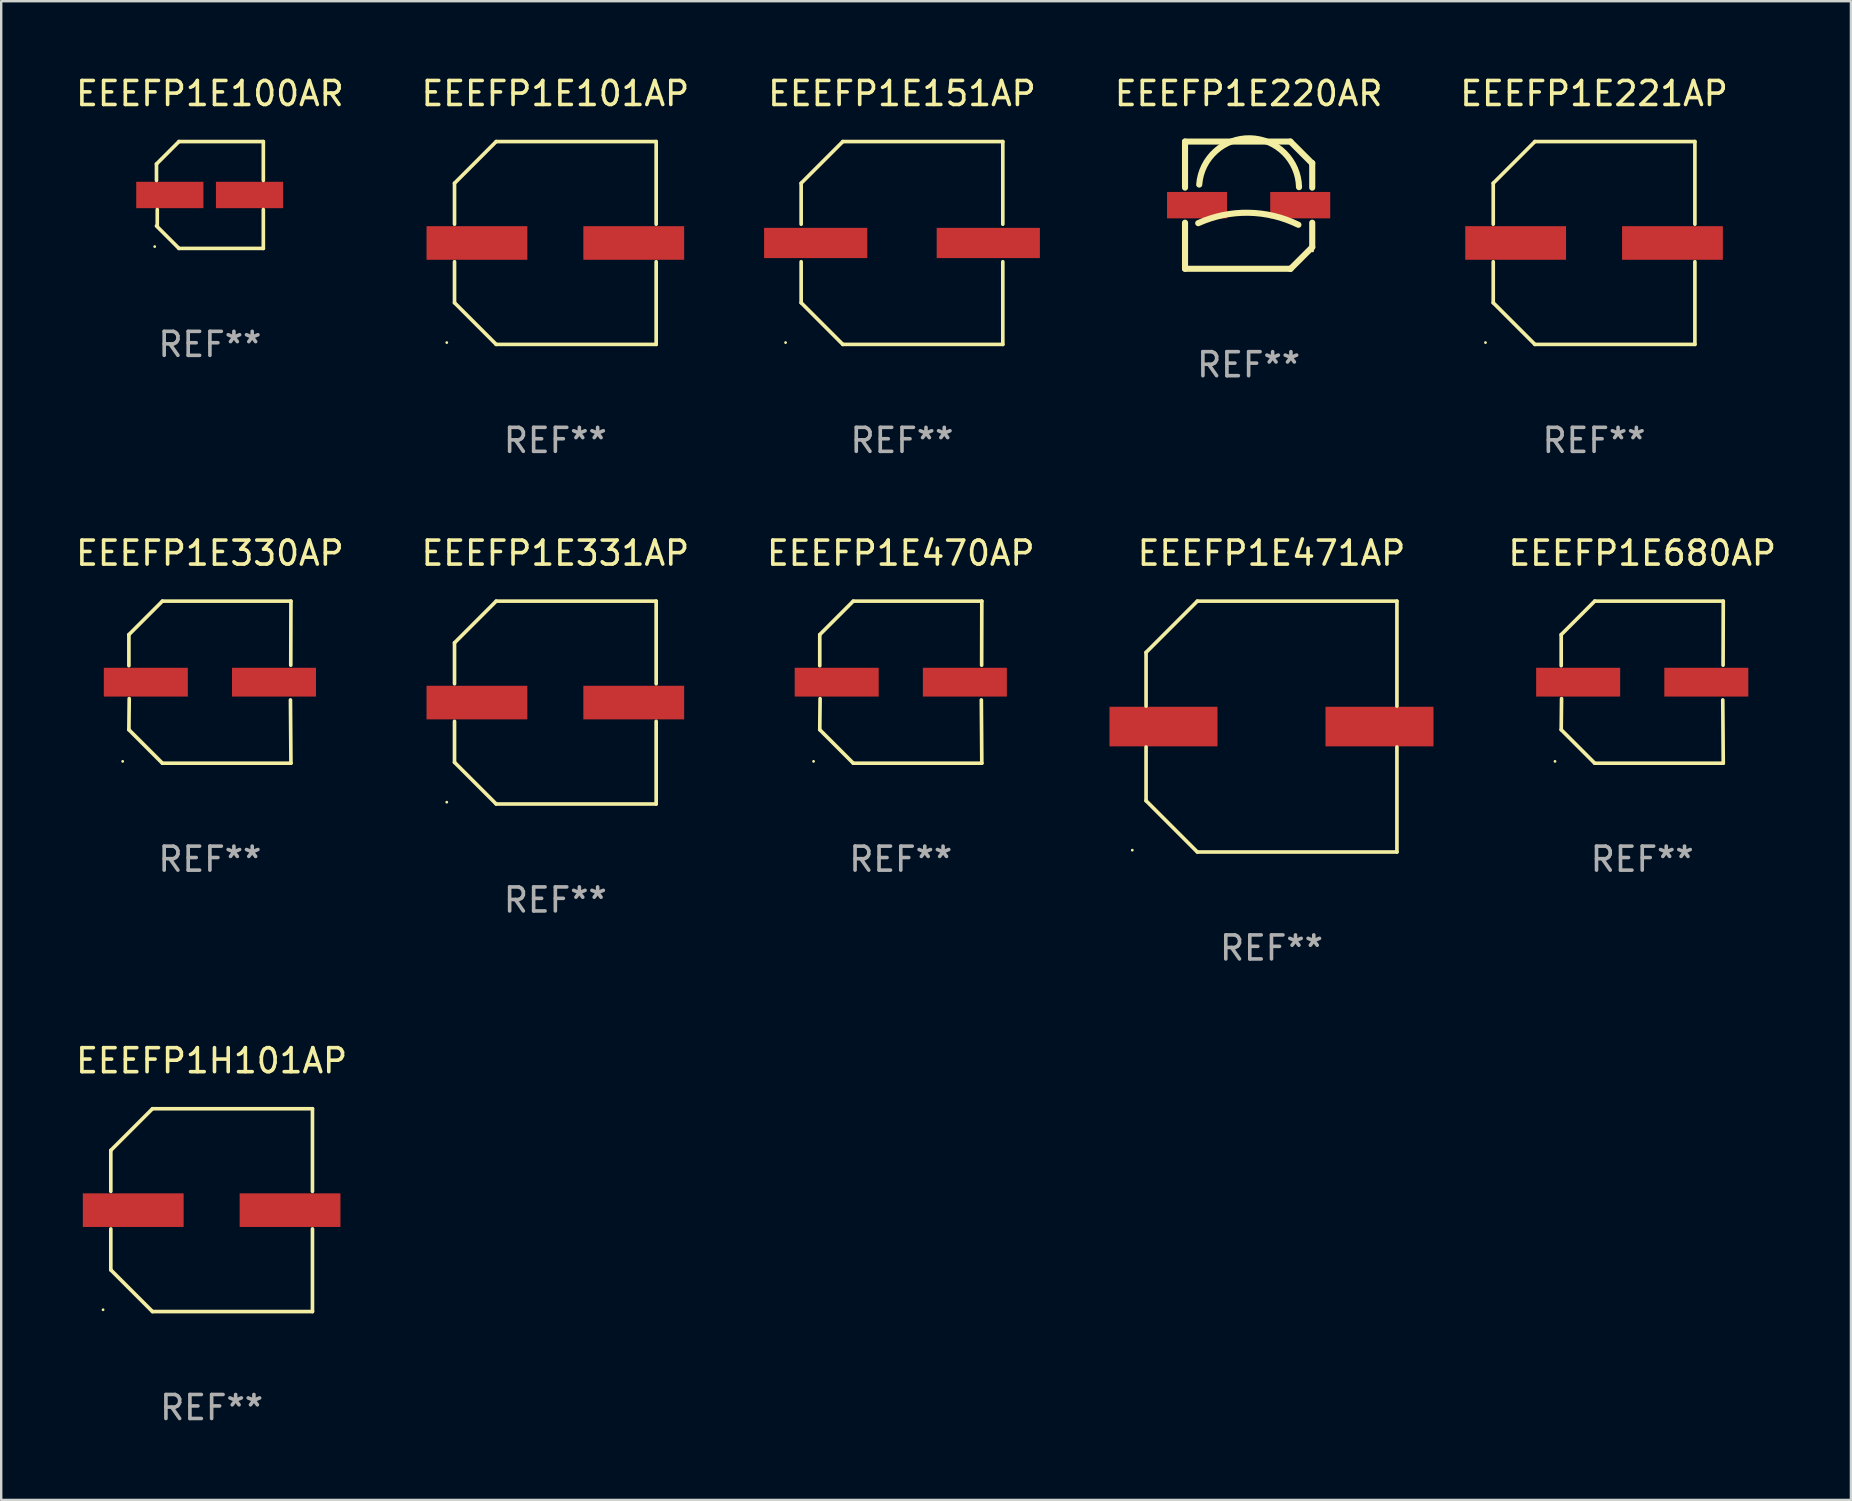
<source format=kicad_pcb>
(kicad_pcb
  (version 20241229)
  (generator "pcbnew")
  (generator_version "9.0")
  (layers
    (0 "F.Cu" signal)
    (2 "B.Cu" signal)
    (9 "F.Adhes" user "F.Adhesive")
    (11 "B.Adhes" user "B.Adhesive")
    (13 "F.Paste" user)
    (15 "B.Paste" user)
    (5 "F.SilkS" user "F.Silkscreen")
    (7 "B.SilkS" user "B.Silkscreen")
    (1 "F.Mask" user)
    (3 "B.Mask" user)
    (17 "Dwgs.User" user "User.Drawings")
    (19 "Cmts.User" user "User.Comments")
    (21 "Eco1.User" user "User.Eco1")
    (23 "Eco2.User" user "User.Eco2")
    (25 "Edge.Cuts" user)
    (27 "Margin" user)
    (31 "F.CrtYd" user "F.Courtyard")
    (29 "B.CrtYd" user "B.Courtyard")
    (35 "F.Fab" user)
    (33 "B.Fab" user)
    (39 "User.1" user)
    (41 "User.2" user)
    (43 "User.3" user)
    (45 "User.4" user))
  (footprint "EEEFP1E151AP"
    (layer "F.Cu")
    (at 34.532 7.074)
    (property "Reference" "EEEFP1E151AP" (at 0 -6.226 0) (layer "F.SilkS") (effects (font (size 1 1) (thickness 0.15))))
    (attr through_hole)
    (fp_line (start -4.201 -2.49) (end -4.201 -0.782) (stroke (width 0.152) (type solid)) (layer "F.SilkS"))
    (fp_line (start -4.201 2.49) (end -4.201 0.782) (stroke (width 0.152) (type solid)) (layer "F.SilkS"))
    (fp_line (start -2.465 -4.226) (end -4.201 -2.49) (stroke (width 0.152) (type solid)) (layer "F.SilkS"))
    (fp_line (start -2.465 4.226) (end -4.201 2.49) (stroke (width 0.152) (type solid)) (layer "F.SilkS"))
    (fp_line (start 4.201 -4.226) (end -2.465 -4.226) (stroke (width 0.152) (type solid)) (layer "F.SilkS"))
    (fp_line (start 4.201 -0.782) (end 4.201 -4.226) (stroke (width 0.152) (type solid)) (layer "F.SilkS"))
    (fp_line (start 4.201 0.782) (end 4.201 4.226) (stroke (width 0.152) (type solid)) (layer "F.SilkS"))
    (fp_line (start 4.201 4.226) (end -2.465 4.226) (stroke (width 0.152) (type solid)) (layer "F.SilkS"))
    (fp_circle (center -4.85 4.15) (end -4.82 4.15) (stroke (width 0.06) (type solid)) (fill no) (layer "F.SilkS"))
    (fp_text user "REF**" (at 0 8.226 0) (layer "F.Fab") (effects (font (size 1 1) (thickness 0.15))))
    (pad "1" smd rect (at -3.596 0.000127) (size 4.3 1.26) (layers "F.Cu" "F.Mask" "F.Paste"))
    (pad "2" smd rect (at 3.596 0.000127) (size 4.3 1.26) (layers "F.Cu" "F.Mask" "F.Paste")))
  (footprint "EEEFP1E101AP"
    (layer "F.Cu")
    (at 20.089 7.074)
    (property "Reference" "EEEFP1E101AP" (at 0 -6.226 0) (layer "F.SilkS") (effects (font (size 1 1) (thickness 0.15))))
    (attr through_hole)
    (fp_line (start -4.201 -2.49) (end -4.201 -0.782) (stroke (width 0.152) (type solid)) (layer "F.SilkS"))
    (fp_line (start -4.201 2.49) (end -4.201 0.782) (stroke (width 0.152) (type solid)) (layer "F.SilkS"))
    (fp_line (start -2.465 -4.226) (end -4.201 -2.49) (stroke (width 0.152) (type solid)) (layer "F.SilkS"))
    (fp_line (start -2.465 4.226) (end -4.201 2.49) (stroke (width 0.152) (type solid)) (layer "F.SilkS"))
    (fp_line (start 4.201 -4.226) (end -2.465 -4.226) (stroke (width 0.152) (type solid)) (layer "F.SilkS"))
    (fp_line (start 4.201 -0.782) (end 4.201 -4.226) (stroke (width 0.152) (type solid)) (layer "F.SilkS"))
    (fp_line (start 4.201 0.782) (end 4.201 4.226) (stroke (width 0.152) (type solid)) (layer "F.SilkS"))
    (fp_line (start 4.201 4.226) (end -2.465 4.226) (stroke (width 0.152) (type solid)) (layer "F.SilkS"))
    (fp_circle (center -4.524 4.15) (end -4.494 4.15) (stroke (width 0.06) (type solid)) (fill no) (layer "F.SilkS"))
    (fp_text user "REF**" (at 0 8.226 0) (layer "F.Fab") (effects (font (size 1 1) (thickness 0.15))))
    (pad "1" smd rect (at -3.267 0) (size 4.2 1.4) (layers "F.Cu" "F.Mask" "F.Paste"))
    (pad "2" smd rect (at 3.267 0) (size 4.2 1.4) (layers "F.Cu" "F.Mask" "F.Paste")))
  (footprint "EEEFP1E680AP"
    (layer "F.Cu")
    (at 65.375 25.373)
    (property "Reference" "EEEFP1E680AP" (at 0 -5.376 0) (layer "F.SilkS") (effects (font (size 1 1) (thickness 0.15))))
    (attr through_hole)
    (fp_line (start -3.376 -1.98) (end -3.376 -0.686) (stroke (width 0.152) (type solid)) (layer "F.SilkS"))
    (fp_line (start -3.376 1.981) (end -3.362 0.686) (stroke (width 0.152) (type solid)) (layer "F.SilkS"))
    (fp_line (start -1.981 3.376) (end -3.376 1.981) (stroke (width 0.152) (type solid)) (layer "F.SilkS"))
    (fp_line (start -1.98 -3.376) (end -3.376 -1.98) (stroke (width 0.152) (type solid)) (layer "F.SilkS"))
    (fp_line (start 3.356 0.74) (end 3.376 3.376) (stroke (width 0.152) (type solid)) (layer "F.SilkS"))
    (fp_line (start 3.369 -0.707) (end 3.376 -3.376) (stroke (width 0.152) (type solid)) (layer "F.SilkS"))
    (fp_line (start 3.376 3.376) (end -1.981 3.376) (stroke (width 0.152) (type solid)) (layer "F.SilkS"))
    (fp_line (start 3.376 -3.376) (end -1.98 -3.376) (stroke (width 0.152) (type solid)) (layer "F.SilkS"))
    (fp_circle (center -3.634 3.3) (end -3.604 3.3) (stroke (width 0.06) (type solid)) (fill no) (layer "F.SilkS"))
    (fp_text user "REF**" (at 0 7.376 0) (layer "F.Fab") (effects (font (size 1 1) (thickness 0.15))))
    (pad "1" smd rect (at -2.67 0.000254) (size 3.5 1.2) (layers "F.Cu" "F.Mask" "F.Paste"))
    (pad "2" smd rect (at 2.67 0.000254) (size 3.5 1.2) (layers "F.Cu" "F.Mask" "F.Paste")))
  (footprint "EEEFP1E221AP"
    (layer "F.Cu")
    (at 63.368 7.074)
    (property "Reference" "EEEFP1E221AP" (at 0 -6.226 0) (layer "F.SilkS") (effects (font (size 1 1) (thickness 0.15))))
    (attr through_hole)
    (fp_line (start -4.201 -2.49) (end -4.201 -0.782) (stroke (width 0.152) (type solid)) (layer "F.SilkS"))
    (fp_line (start -4.201 2.49) (end -4.201 0.782) (stroke (width 0.152) (type solid)) (layer "F.SilkS"))
    (fp_line (start -2.465 -4.226) (end -4.201 -2.49) (stroke (width 0.152) (type solid)) (layer "F.SilkS"))
    (fp_line (start -2.465 4.226) (end -4.201 2.49) (stroke (width 0.152) (type solid)) (layer "F.SilkS"))
    (fp_line (start 4.201 -4.226) (end -2.465 -4.226) (stroke (width 0.152) (type solid)) (layer "F.SilkS"))
    (fp_line (start 4.201 -0.782) (end 4.201 -4.226) (stroke (width 0.152) (type solid)) (layer "F.SilkS"))
    (fp_line (start 4.201 0.782) (end 4.201 4.226) (stroke (width 0.152) (type solid)) (layer "F.SilkS"))
    (fp_line (start 4.201 4.226) (end -2.465 4.226) (stroke (width 0.152) (type solid)) (layer "F.SilkS"))
    (fp_circle (center -4.524 4.15) (end -4.494 4.15) (stroke (width 0.06) (type solid)) (fill no) (layer "F.SilkS"))
    (fp_text user "REF**" (at 0 8.226 0) (layer "F.Fab") (effects (font (size 1 1) (thickness 0.15))))
    (pad "1" smd rect (at -3.267 0) (size 4.2 1.4) (layers "F.Cu" "F.Mask" "F.Paste"))
    (pad "2" smd rect (at 3.267 0) (size 4.2 1.4) (layers "F.Cu" "F.Mask" "F.Paste")))
  (footprint "EEEFP1H101AP"
    (layer "F.Cu")
    (at 5.768 47.372)
    (property "Reference" "EEEFP1H101AP" (at 0 -6.226 0) (layer "F.SilkS") (effects (font (size 1 1) (thickness 0.15))))
    (attr through_hole)
    (fp_line (start -4.201 -2.49) (end -4.201 -0.782) (stroke (width 0.152) (type solid)) (layer "F.SilkS"))
    (fp_line (start -4.201 2.49) (end -4.201 0.782) (stroke (width 0.152) (type solid)) (layer "F.SilkS"))
    (fp_line (start -2.465 -4.226) (end -4.201 -2.49) (stroke (width 0.152) (type solid)) (layer "F.SilkS"))
    (fp_line (start -2.465 4.226) (end -4.201 2.49) (stroke (width 0.152) (type solid)) (layer "F.SilkS"))
    (fp_line (start 4.201 -4.226) (end -2.465 -4.226) (stroke (width 0.152) (type solid)) (layer "F.SilkS"))
    (fp_line (start 4.201 -0.782) (end 4.201 -4.226) (stroke (width 0.152) (type solid)) (layer "F.SilkS"))
    (fp_line (start 4.201 0.782) (end 4.201 4.226) (stroke (width 0.152) (type solid)) (layer "F.SilkS"))
    (fp_line (start 4.201 4.226) (end -2.465 4.226) (stroke (width 0.152) (type solid)) (layer "F.SilkS"))
    (fp_circle (center -4.524 4.15) (end -4.494 4.15) (stroke (width 0.06) (type solid)) (fill no) (layer "F.SilkS"))
    (fp_text user "REF**" (at 0 8.226 0) (layer "F.Fab") (effects (font (size 1 1) (thickness 0.15))))
    (pad "1" smd rect (at -3.267 0) (size 4.2 1.4) (layers "F.Cu" "F.Mask" "F.Paste"))
    (pad "2" smd rect (at 3.267 0) (size 4.2 1.4) (layers "F.Cu" "F.Mask" "F.Paste")))
  (footprint "EEEFP1E220AR"
    (layer "F.Cu")
    (at 48.975 5.498)
    (property "Reference" "EEEFP1E220AR" (at 0 -4.65 0) (layer "F.SilkS") (effects (font (size 1 1) (thickness 0.15))))
    (attr through_hole)
    (fp_line (start -2.65 -2.65) (end 1.74 -2.65) (stroke (width 0.254) (type solid)) (layer "F.SilkS"))
    (fp_line (start -2.65 -0.731) (end -2.65 -2.65) (stroke (width 0.254) (type solid)) (layer "F.SilkS"))
    (fp_line (start -2.65 2.65) (end -2.65 0.731) (stroke (width 0.254) (type solid)) (layer "F.SilkS"))
    (fp_line (start -2.65 2.65) (end 1.73 2.65) (stroke (width 0.254) (type solid)) (layer "F.SilkS"))
    (fp_line (start 1.73 2.65) (end 1.75 2.65) (stroke (width 0.254) (type solid)) (layer "F.SilkS"))
    (fp_line (start 1.75 2.65) (end 2.65 1.75) (stroke (width 0.254) (type solid)) (layer "F.SilkS"))
    (fp_line (start 2.64 -1.75) (end 1.74 -2.65) (stroke (width 0.254) (type solid)) (layer "F.SilkS"))
    (fp_line (start 2.65 -1.75) (end 2.64 -1.75) (stroke (width 0.254) (type solid)) (layer "F.SilkS"))
    (fp_line (start 2.65 -0.731) (end 2.65 -1.75) (stroke (width 0.254) (type solid)) (layer "F.SilkS"))
    (fp_line (start 2.65 1.75) (end 2.65 0.731) (stroke (width 0.254) (type solid)) (layer "F.SilkS"))
    (fp_arc (start -2.1 0.749886) (mid -0.005214 0.316693) (end 2.074168 0.818644) (stroke (width 0.254001) (type solid)) (layer "F.SilkS"))
    (fp_arc (start -2.058369 -0.857759) (mid 0.072137 -2.78601) (end 2.1 -0.750089) (stroke (width 0.254001) (type solid)) (layer "F.SilkS"))
    (fp_circle (center 2.667 1.905) (end 2.697 1.905) (stroke (width 0.06) (type solid)) (fill no) (layer "F.SilkS"))
    (fp_text user "REF**" (at 0 6.65 0) (layer "F.Fab") (effects (font (size 1 1) (thickness 0.15))))
    (pad "1" smd rect (at 2.15 0) (size 2.5 1.1) (layers "F.Cu" "F.Mask" "F.Paste"))
    (pad "2" smd rect (at -2.15 0) (size 2.5 1.1) (layers "F.Cu" "F.Mask" "F.Paste")))
  (footprint "EEEFP1E100AR"
    (layer "F.Cu")
    (at 5.696 5.074)
    (property "Reference" "EEEFP1E100AR" (at 0 -4.226 0) (layer "F.SilkS") (effects (font (size 1 1) (thickness 0.15))))
    (attr through_hole)
    (fp_line (start -2.226 -1.29) (end -2.226 -0.607) (stroke (width 0.152) (type solid)) (layer "F.SilkS"))
    (fp_line (start -2.193 1.29) (end -2.193 0.607) (stroke (width 0.152) (type solid)) (layer "F.SilkS"))
    (fp_line (start -1.29 2.226) (end -2.226 1.29) (stroke (width 0.152) (type solid)) (layer "F.SilkS"))
    (fp_line (start -1.29 -2.226) (end -2.226 -1.29) (stroke (width 0.152) (type solid)) (layer "F.SilkS"))
    (fp_line (start 2.226 -2.226) (end -1.29 -2.226) (stroke (width 0.152) (type solid)) (layer "F.SilkS"))
    (fp_line (start 2.226 -0.607) (end 2.226 -2.226) (stroke (width 0.152) (type solid)) (layer "F.SilkS"))
    (fp_line (start 2.226 0.607) (end 2.226 2.226) (stroke (width 0.152) (type solid)) (layer "F.SilkS"))
    (fp_line (start 2.226 2.226) (end -1.29 2.226) (stroke (width 0.152) (type solid)) (layer "F.SilkS"))
    (fp_circle (center -2.3 2.15) (end -2.27 2.15) (stroke (width 0.06) (type solid)) (fill no) (layer "F.SilkS"))
    (fp_text user "REF**" (at 0 6.226 0) (layer "F.Fab") (effects (font (size 1 1) (thickness 0.15))))
    (pad "1" smd rect (at -1.67 -0.000025) (size 2.8 1.1) (layers "F.Cu" "F.Mask" "F.Paste"))
    (pad "2" smd rect (at 1.651 -0.000025) (size 2.8 1.1) (layers "F.Cu" "F.Mask" "F.Paste")))
  (footprint "EEEFP1E470AP"
    (layer "F.Cu")
    (at 34.482 25.373)
    (property "Reference" "EEEFP1E470AP" (at 0 -5.376 0) (layer "F.SilkS") (effects (font (size 1 1) (thickness 0.15))))
    (attr through_hole)
    (fp_line (start -3.376 -1.98) (end -3.376 -0.686) (stroke (width 0.152) (type solid)) (layer "F.SilkS"))
    (fp_line (start -3.376 1.981) (end -3.362 0.686) (stroke (width 0.152) (type solid)) (layer "F.SilkS"))
    (fp_line (start -1.981 3.376) (end -3.376 1.981) (stroke (width 0.152) (type solid)) (layer "F.SilkS"))
    (fp_line (start -1.98 -3.376) (end -3.376 -1.98) (stroke (width 0.152) (type solid)) (layer "F.SilkS"))
    (fp_line (start 3.356 0.74) (end 3.376 3.376) (stroke (width 0.152) (type solid)) (layer "F.SilkS"))
    (fp_line (start 3.369 -0.707) (end 3.376 -3.376) (stroke (width 0.152) (type solid)) (layer "F.SilkS"))
    (fp_line (start 3.376 3.376) (end -1.981 3.376) (stroke (width 0.152) (type solid)) (layer "F.SilkS"))
    (fp_line (start 3.376 -3.376) (end -1.98 -3.376) (stroke (width 0.152) (type solid)) (layer "F.SilkS"))
    (fp_circle (center -3.634 3.3) (end -3.604 3.3) (stroke (width 0.06) (type solid)) (fill no) (layer "F.SilkS"))
    (fp_text user "REF**" (at 0 7.376 0) (layer "F.Fab") (effects (font (size 1 1) (thickness 0.15))))
    (pad "1" smd rect (at -2.67 0.000254) (size 3.5 1.2) (layers "F.Cu" "F.Mask" "F.Paste"))
    (pad "2" smd rect (at 2.67 0.000254) (size 3.5 1.2) (layers "F.Cu" "F.Mask" "F.Paste")))
  (footprint "EEEFP1E331AP"
    (layer "F.Cu")
    (at 20.089 26.223)
    (property "Reference" "EEEFP1E331AP" (at 0 -6.226 0) (layer "F.SilkS") (effects (font (size 1 1) (thickness 0.15))))
    (attr through_hole)
    (fp_line (start -4.201 -2.49) (end -4.201 -0.782) (stroke (width 0.152) (type solid)) (layer "F.SilkS"))
    (fp_line (start -4.201 2.49) (end -4.201 0.782) (stroke (width 0.152) (type solid)) (layer "F.SilkS"))
    (fp_line (start -2.465 -4.226) (end -4.201 -2.49) (stroke (width 0.152) (type solid)) (layer "F.SilkS"))
    (fp_line (start -2.465 4.226) (end -4.201 2.49) (stroke (width 0.152) (type solid)) (layer "F.SilkS"))
    (fp_line (start 4.201 -4.226) (end -2.465 -4.226) (stroke (width 0.152) (type solid)) (layer "F.SilkS"))
    (fp_line (start 4.201 -0.782) (end 4.201 -4.226) (stroke (width 0.152) (type solid)) (layer "F.SilkS"))
    (fp_line (start 4.201 0.782) (end 4.201 4.226) (stroke (width 0.152) (type solid)) (layer "F.SilkS"))
    (fp_line (start 4.201 4.226) (end -2.465 4.226) (stroke (width 0.152) (type solid)) (layer "F.SilkS"))
    (fp_circle (center -4.524 4.15) (end -4.494 4.15) (stroke (width 0.06) (type solid)) (fill no) (layer "F.SilkS"))
    (fp_text user "REF**" (at 0 8.226 0) (layer "F.Fab") (effects (font (size 1 1) (thickness 0.15))))
    (pad "1" smd rect (at -3.267 0) (size 4.2 1.4) (layers "F.Cu" "F.Mask" "F.Paste"))
    (pad "2" smd rect (at 3.267 0) (size 4.2 1.4) (layers "F.Cu" "F.Mask" "F.Paste")))
  (footprint "EEEFP1E471AP"
    (layer "F.Cu")
    (at 49.928 27.223)
    (property "Reference" "EEEFP1E471AP" (at 0 -7.226 0) (layer "F.SilkS") (effects (font (size 1 1) (thickness 0.15))))
    (attr through_hole)
    (fp_line (start -5.226 -3.09) (end -5.226 -0.852) (stroke (width 0.152) (type solid)) (layer "F.SilkS"))
    (fp_line (start -5.226 3.09) (end -5.226 0.852) (stroke (width 0.152) (type solid)) (layer "F.SilkS"))
    (fp_line (start -3.09 -5.226) (end -5.226 -3.09) (stroke (width 0.152) (type solid)) (layer "F.SilkS"))
    (fp_line (start -3.09 5.226) (end -5.226 3.09) (stroke (width 0.152) (type solid)) (layer "F.SilkS"))
    (fp_line (start 5.226 -5.226) (end -3.09 -5.226) (stroke (width 0.152) (type solid)) (layer "F.SilkS"))
    (fp_line (start 5.226 -0.852) (end 5.226 -5.226) (stroke (width 0.152) (type solid)) (layer "F.SilkS"))
    (fp_line (start 5.226 0.852) (end 5.226 5.226) (stroke (width 0.152) (type solid)) (layer "F.SilkS"))
    (fp_line (start 5.226 5.226) (end -3.09 5.226) (stroke (width 0.152) (type solid)) (layer "F.SilkS"))
    (fp_circle (center -5.8 5.15) (end -5.77 5.15) (stroke (width 0.06) (type solid)) (fill no) (layer "F.SilkS"))
    (fp_text user "REF**" (at 0 9.226 0) (layer "F.Fab") (effects (font (size 1 1) (thickness 0.15))))
    (pad "1" smd rect (at -4.5 0) (size 4.5 1.65) (layers "F.Cu" "F.Mask" "F.Paste"))
    (pad "2" smd rect (at 4.5 0) (size 4.5 1.65) (layers "F.Cu" "F.Mask" "F.Paste")))
  (footprint "EEEFP1E330AP"
    (layer "F.Cu")
    (at 5.696 25.373)
    (property "Reference" "EEEFP1E330AP" (at 0 -5.376 0) (layer "F.SilkS") (effects (font (size 1 1) (thickness 0.15))))
    (attr through_hole)
    (fp_line (start -3.376 -1.98) (end -3.376 -0.686) (stroke (width 0.152) (type solid)) (layer "F.SilkS"))
    (fp_line (start -3.376 1.981) (end -3.362 0.686) (stroke (width 0.152) (type solid)) (layer "F.SilkS"))
    (fp_line (start -1.981 3.376) (end -3.376 1.981) (stroke (width 0.152) (type solid)) (layer "F.SilkS"))
    (fp_line (start -1.98 -3.376) (end -3.376 -1.98) (stroke (width 0.152) (type solid)) (layer "F.SilkS"))
    (fp_line (start 3.356 0.74) (end 3.376 3.376) (stroke (width 0.152) (type solid)) (layer "F.SilkS"))
    (fp_line (start 3.369 -0.707) (end 3.376 -3.376) (stroke (width 0.152) (type solid)) (layer "F.SilkS"))
    (fp_line (start 3.376 3.376) (end -1.981 3.376) (stroke (width 0.152) (type solid)) (layer "F.SilkS"))
    (fp_line (start 3.376 -3.376) (end -1.98 -3.376) (stroke (width 0.152) (type solid)) (layer "F.SilkS"))
    (fp_circle (center -3.634 3.3) (end -3.604 3.3) (stroke (width 0.06) (type solid)) (fill no) (layer "F.SilkS"))
    (fp_text user "REF**" (at 0 7.376 0) (layer "F.Fab") (effects (font (size 1 1) (thickness 0.15))))
    (pad "1" smd rect (at -2.67 0.000254) (size 3.5 1.2) (layers "F.Cu" "F.Mask" "F.Paste"))
    (pad "2" smd rect (at 2.67 0.000254) (size 3.5 1.2) (layers "F.Cu" "F.Mask" "F.Paste")))
  (gr_rect
    (start -3 -3)
    (end 74.071 59.447)
    (stroke (width 0.1) (type default))
    (fill no)
    (layer "Edge.Cuts")))
</source>
